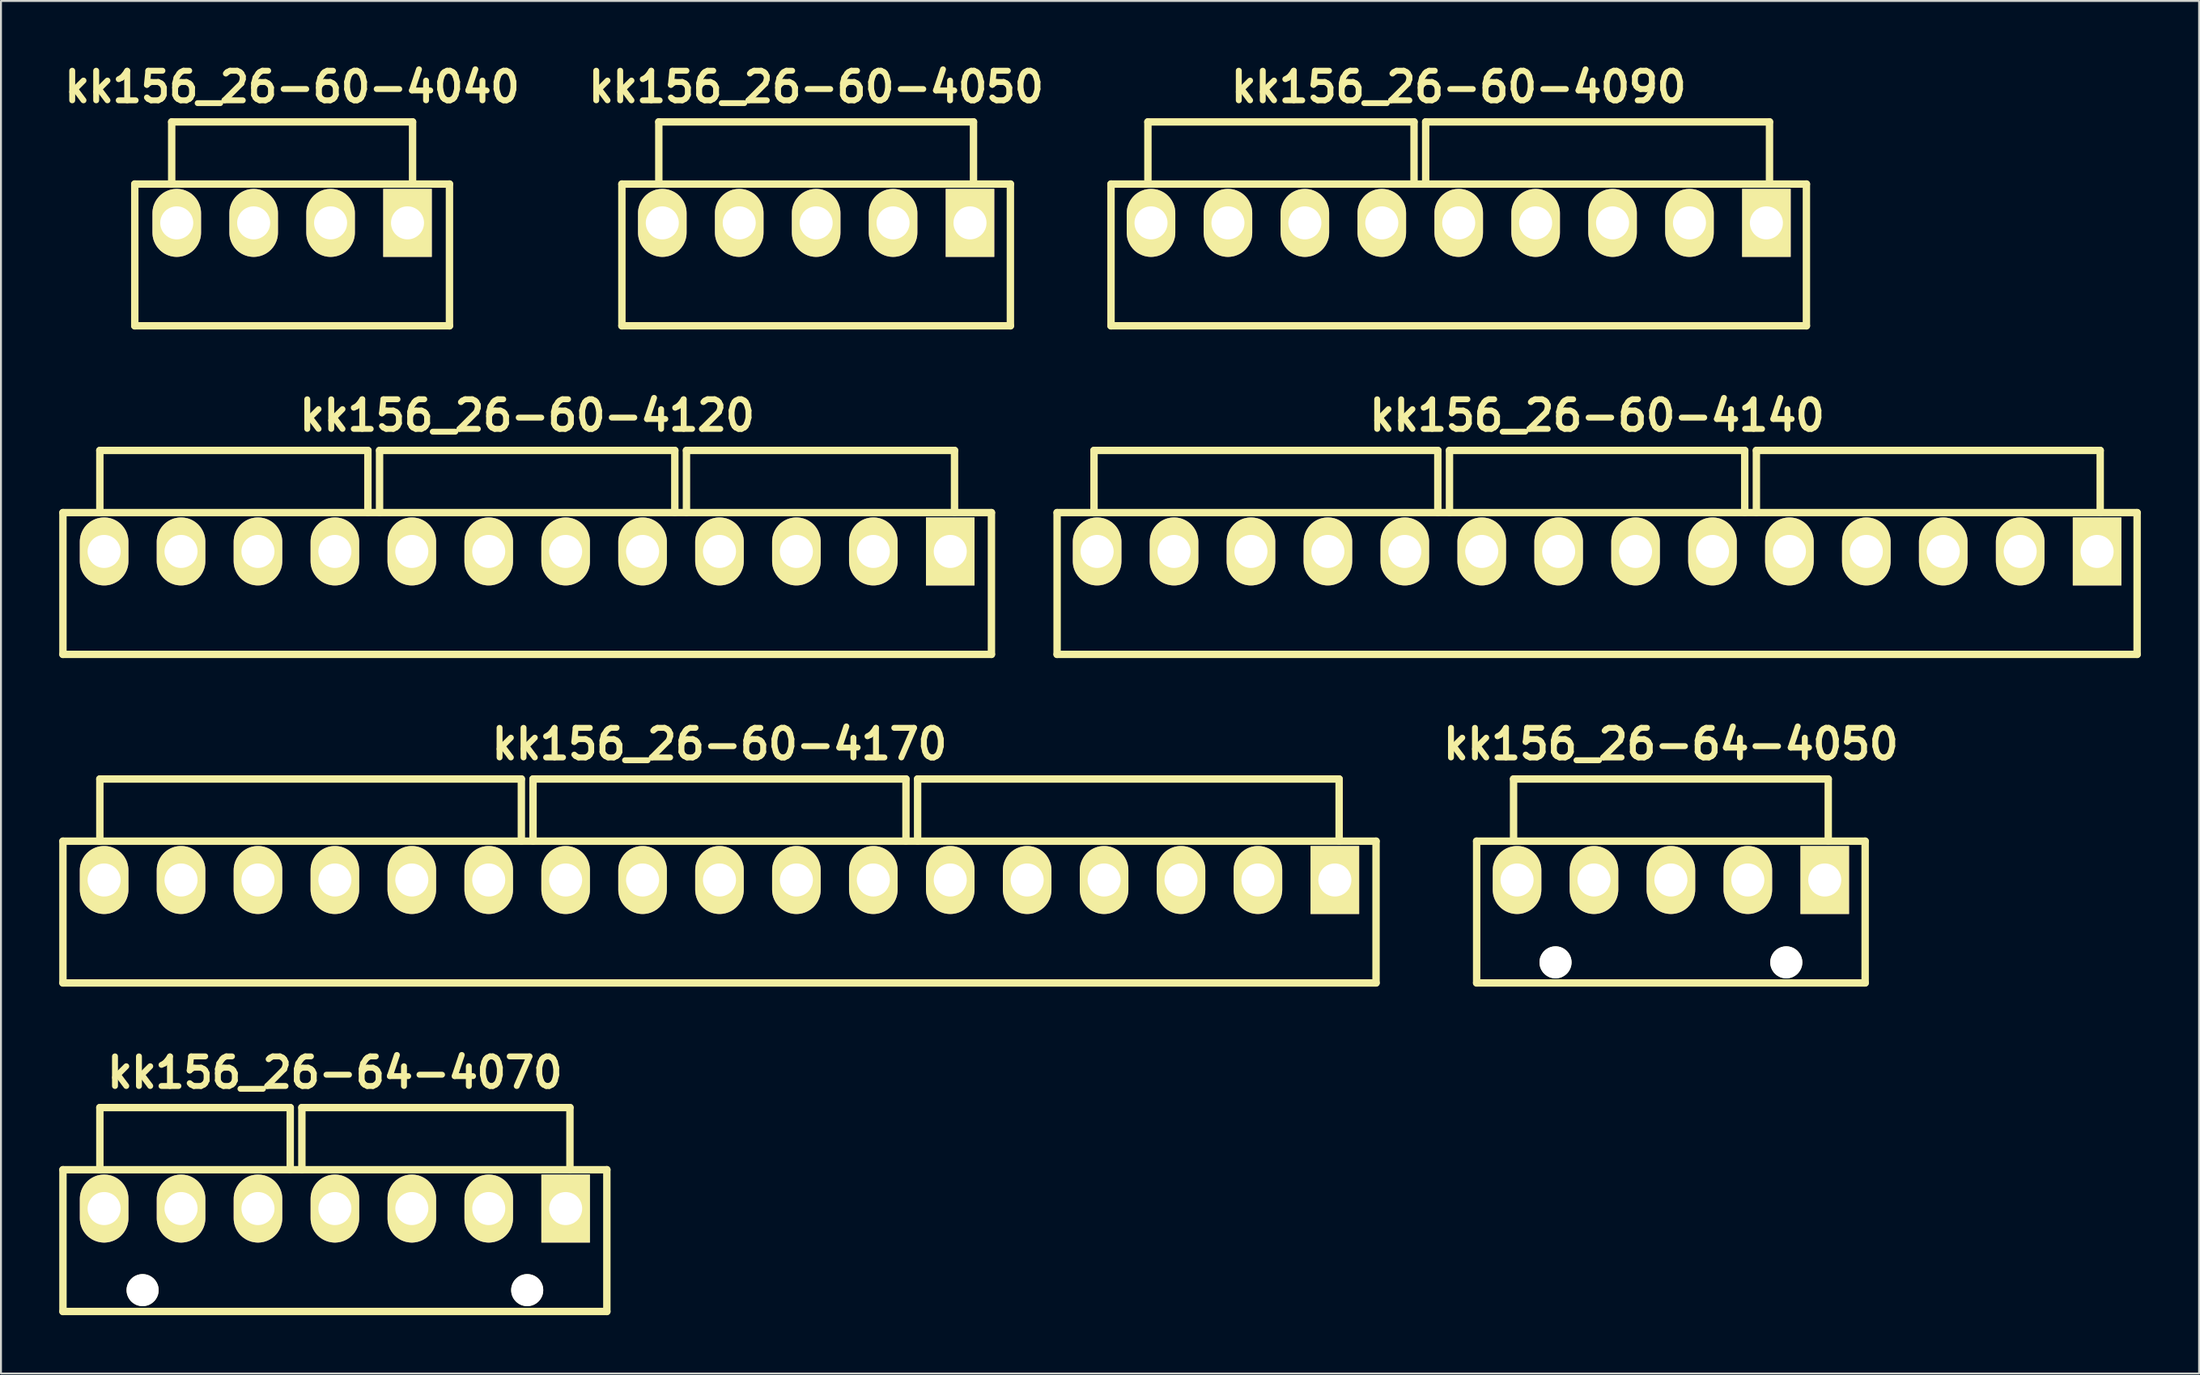
<source format=kicad_pcb>
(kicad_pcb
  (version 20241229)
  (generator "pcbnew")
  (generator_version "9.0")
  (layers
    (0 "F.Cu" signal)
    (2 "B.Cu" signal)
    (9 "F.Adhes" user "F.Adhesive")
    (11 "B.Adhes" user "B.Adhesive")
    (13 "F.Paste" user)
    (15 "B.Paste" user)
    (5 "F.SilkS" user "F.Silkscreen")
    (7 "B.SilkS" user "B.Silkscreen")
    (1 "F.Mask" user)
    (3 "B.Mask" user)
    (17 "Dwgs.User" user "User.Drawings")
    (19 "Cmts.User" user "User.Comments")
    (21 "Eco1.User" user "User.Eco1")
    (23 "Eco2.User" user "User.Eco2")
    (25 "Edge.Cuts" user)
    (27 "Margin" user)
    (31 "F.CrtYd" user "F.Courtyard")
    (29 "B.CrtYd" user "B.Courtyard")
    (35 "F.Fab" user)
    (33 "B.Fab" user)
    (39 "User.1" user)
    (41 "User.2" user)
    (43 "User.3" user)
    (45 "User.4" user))
  (footprint "kk156_26-60-4040"
    (layer "F.Cu")
    (at 11.989 8.426)
    (property "Reference" "kk156_26-60-4040" (at 0 -7 0) (layer "F.SilkS") (effects (font (size 1.524 1.524) (thickness 0.305))))
    (attr through_hole)
    (fp_line (start -8.1 -2) (end 8.1 -2) (stroke (width 0.381) (type solid)) (layer "F.SilkS"))
    (fp_line (start -8.1 5.3) (end -8.1 -2) (stroke (width 0.381) (type solid)) (layer "F.SilkS"))
    (fp_line (start -8.1 5.3) (end 8.1 5.3) (stroke (width 0.381) (type solid)) (layer "F.SilkS"))
    (fp_line (start -6.2 -5.2) (end 6.2 -5.2) (stroke (width 0.381) (type solid)) (layer "F.SilkS"))
    (fp_line (start -6.2 -2) (end -6.2 -5.2) (stroke (width 0.381) (type solid)) (layer "F.SilkS"))
    (fp_line (start 6.2 -5.2) (end 6.2 -2) (stroke (width 0.381) (type solid)) (layer "F.SilkS"))
    (fp_line (start 8.1 -2) (end 8.1 5.3) (stroke (width 0.381) (type solid)) (layer "F.SilkS"))
    (pad "1" thru_hole rect (at 5.94 0) (size 2.5 3.5) (drill 1.7) (layers "*.Cu" "*.Mask" "F.SilkS"))
    (pad "2" thru_hole oval (at 1.98 0) (size 2.5 3.5) (drill 1.7) (layers "*.Cu" "*.Mask" "F.SilkS"))
    (pad "3" thru_hole oval (at -1.98 0) (size 2.5 3.5) (drill 1.7) (layers "*.Cu" "*.Mask" "F.SilkS"))
    (pad "4" thru_hole oval (at -5.94 0) (size 2.5 3.5) (drill 1.7) (layers "*.Cu" "*.Mask" "F.SilkS")))
  (footprint "kk156_26-60-4090"
    (layer "F.Cu")
    (at 72.046 8.426)
    (property "Reference" "kk156_26-60-4090" (at 0 -7 0) (layer "F.SilkS") (effects (font (size 1.524 1.524) (thickness 0.305))))
    (attr through_hole)
    (fp_line (start -17.9 -2) (end 17.9 -2) (stroke (width 0.381) (type solid)) (layer "F.SilkS"))
    (fp_line (start -17.9 5.3) (end -17.9 -2) (stroke (width 0.381) (type solid)) (layer "F.SilkS"))
    (fp_line (start -17.9 5.3) (end 17.9 5.3) (stroke (width 0.381) (type solid)) (layer "F.SilkS"))
    (fp_line (start -16 -2) (end -16 -5.2) (stroke (width 0.381) (type solid)) (layer "F.SilkS"))
    (fp_line (start -2.3 -5.2) (end -16 -5.2) (stroke (width 0.381) (type solid)) (layer "F.SilkS"))
    (fp_line (start -2.3 -2) (end -2.3 -5.2) (stroke (width 0.381) (type solid)) (layer "F.SilkS"))
    (fp_line (start -1.7 -5.2) (end 16 -5.2) (stroke (width 0.381) (type solid)) (layer "F.SilkS"))
    (fp_line (start -1.7 -2) (end -1.7 -5.2) (stroke (width 0.381) (type solid)) (layer "F.SilkS"))
    (fp_line (start 16 -5.2) (end 16 -2) (stroke (width 0.381) (type solid)) (layer "F.SilkS"))
    (fp_line (start 17.9 -2) (end 17.9 5.3) (stroke (width 0.381) (type solid)) (layer "F.SilkS"))
    (pad "1" thru_hole rect (at 15.84 0) (size 2.5 3.5) (drill 1.7) (layers "*.Cu" "*.Mask" "F.SilkS"))
    (pad "2" thru_hole oval (at 11.88 0) (size 2.5 3.5) (drill 1.7) (layers "*.Cu" "*.Mask" "F.SilkS"))
    (pad "3" thru_hole oval (at 7.92 0) (size 2.5 3.5) (drill 1.7) (layers "*.Cu" "*.Mask" "F.SilkS"))
    (pad "4" thru_hole oval (at 3.96 0) (size 2.5 3.5) (drill 1.7) (layers "*.Cu" "*.Mask" "F.SilkS"))
    (pad "5" thru_hole oval (at 0 0) (size 2.5 3.5) (drill 1.7) (layers "*.Cu" "*.Mask" "F.SilkS"))
    (pad "6" thru_hole oval (at -3.96 0) (size 2.5 3.5) (drill 1.7) (layers "*.Cu" "*.Mask" "F.SilkS"))
    (pad "7" thru_hole oval (at -7.92 0) (size 2.5 3.5) (drill 1.7) (layers "*.Cu" "*.Mask" "F.SilkS"))
    (pad "8" thru_hole oval (at -11.88 0) (size 2.5 3.5) (drill 1.7) (layers "*.Cu" "*.Mask" "F.SilkS"))
    (pad "9" thru_hole oval (at -15.84 0) (size 2.5 3.5) (drill 1.7) (layers "*.Cu" "*.Mask" "F.SilkS")))
  (footprint "kk156_26-64-4050"
    (layer "F.Cu")
    (at 82.97 42.26)
    (property "Reference" "kk156_26-64-4050" (at 0 -7 0) (layer "F.SilkS") (effects (font (size 1.524 1.524) (thickness 0.305))))
    (attr through_hole)
    (fp_line (start -10 -2) (end 10 -2) (stroke (width 0.381) (type solid)) (layer "F.SilkS"))
    (fp_line (start -10 5.3) (end -10 -2) (stroke (width 0.381) (type solid)) (layer "F.SilkS"))
    (fp_line (start -10 5.3) (end 10 5.3) (stroke (width 0.381) (type solid)) (layer "F.SilkS"))
    (fp_line (start -8.1 -5.2) (end 8.1 -5.2) (stroke (width 0.381) (type solid)) (layer "F.SilkS"))
    (fp_line (start -8.1 -2) (end -8.1 -5.2) (stroke (width 0.381) (type solid)) (layer "F.SilkS"))
    (fp_line (start 8.1 -5.2) (end 8.1 -2) (stroke (width 0.381) (type solid)) (layer "F.SilkS"))
    (fp_line (start 10 -2) (end 10 5.3) (stroke (width 0.381) (type solid)) (layer "F.SilkS"))
    (pad "" np_thru_hole circle (at -5.94 4.24) (size 1.65 1.65) (drill 1.65) (layers "*.Cu" "F.SilkS"))
    (pad "" np_thru_hole circle (at 5.94 4.24) (size 1.65 1.65) (drill 1.65) (layers "*.Cu" "F.SilkS"))
    (pad "1" thru_hole rect (at 7.92 0) (size 2.5 3.5) (drill 1.7) (layers "*.Cu" "*.Mask" "F.SilkS"))
    (pad "2" thru_hole oval (at 3.96 0) (size 2.5 3.5) (drill 1.7) (layers "*.Cu" "*.Mask" "F.SilkS"))
    (pad "3" thru_hole oval (at 0 0) (size 2.5 3.5) (drill 1.7) (layers "*.Cu" "*.Mask" "F.SilkS"))
    (pad "4" thru_hole oval (at -3.96 0) (size 2.5 3.5) (drill 1.7) (layers "*.Cu" "*.Mask" "F.SilkS"))
    (pad "5" thru_hole oval (at -7.92 0) (size 2.5 3.5) (drill 1.7) (layers "*.Cu" "*.Mask" "F.SilkS")))
  (footprint "kk156_26-60-4170"
    (layer "F.Cu")
    (at 33.99 42.26)
    (property "Reference" "kk156_26-60-4170" (at 0 -7 0) (layer "F.SilkS") (effects (font (size 1.524 1.524) (thickness 0.305))))
    (attr through_hole)
    (fp_line (start -33.8 -2) (end 33.8 -2) (stroke (width 0.381) (type solid)) (layer "F.SilkS"))
    (fp_line (start -33.8 5.3) (end -33.8 -2) (stroke (width 0.381) (type solid)) (layer "F.SilkS"))
    (fp_line (start -33.8 5.3) (end 33.8 5.3) (stroke (width 0.381) (type solid)) (layer "F.SilkS"))
    (fp_line (start -31.9 -2) (end -31.9 -5.2) (stroke (width 0.381) (type solid)) (layer "F.SilkS"))
    (fp_line (start -10.2 -5.2) (end -31.9 -5.2) (stroke (width 0.381) (type solid)) (layer "F.SilkS"))
    (fp_line (start -10.2 -2) (end -10.2 -5.2) (stroke (width 0.381) (type solid)) (layer "F.SilkS"))
    (fp_line (start -9.6 -5.2) (end 9.6 -5.2) (stroke (width 0.381) (type solid)) (layer "F.SilkS"))
    (fp_line (start -9.6 -2) (end -9.6 -5.2) (stroke (width 0.381) (type solid)) (layer "F.SilkS"))
    (fp_line (start 9.6 -5.2) (end 9.6 -2) (stroke (width 0.381) (type solid)) (layer "F.SilkS"))
    (fp_line (start 10.2 -5.2) (end 31.9 -5.2) (stroke (width 0.381) (type solid)) (layer "F.SilkS"))
    (fp_line (start 10.2 -2) (end 10.2 -5.2) (stroke (width 0.381) (type solid)) (layer "F.SilkS"))
    (fp_line (start 31.9 -5.2) (end 31.9 -2) (stroke (width 0.381) (type solid)) (layer "F.SilkS"))
    (fp_line (start 33.8 -2) (end 33.8 5.3) (stroke (width 0.381) (type solid)) (layer "F.SilkS"))
    (pad "1" thru_hole rect (at 31.68 0) (size 2.5 3.5) (drill 1.7) (layers "*.Cu" "*.Mask" "F.SilkS"))
    (pad "2" thru_hole oval (at 27.72 0) (size 2.5 3.5) (drill 1.7) (layers "*.Cu" "*.Mask" "F.SilkS"))
    (pad "3" thru_hole oval (at 23.76 0) (size 2.5 3.5) (drill 1.7) (layers "*.Cu" "*.Mask" "F.SilkS"))
    (pad "4" thru_hole oval (at 19.8 0) (size 2.5 3.5) (drill 1.7) (layers "*.Cu" "*.Mask" "F.SilkS"))
    (pad "5" thru_hole oval (at 15.84 0) (size 2.5 3.5) (drill 1.7) (layers "*.Cu" "*.Mask" "F.SilkS"))
    (pad "6" thru_hole oval (at 11.88 0) (size 2.5 3.5) (drill 1.7) (layers "*.Cu" "*.Mask" "F.SilkS"))
    (pad "7" thru_hole oval (at 7.92 0) (size 2.5 3.5) (drill 1.7) (layers "*.Cu" "*.Mask" "F.SilkS"))
    (pad "8" thru_hole oval (at 3.96 0) (size 2.5 3.5) (drill 1.7) (layers "*.Cu" "*.Mask" "F.SilkS"))
    (pad "9" thru_hole oval (at 0 0) (size 2.5 3.5) (drill 1.7) (layers "*.Cu" "*.Mask" "F.SilkS"))
    (pad "10" thru_hole oval (at -3.96 0) (size 2.5 3.5) (drill 1.7) (layers "*.Cu" "*.Mask" "F.SilkS"))
    (pad "11" thru_hole oval (at -7.92 0) (size 2.5 3.5) (drill 1.7) (layers "*.Cu" "*.Mask" "F.SilkS"))
    (pad "12" thru_hole oval (at -11.88 0) (size 2.5 3.5) (drill 1.7) (layers "*.Cu" "*.Mask" "F.SilkS"))
    (pad "13" thru_hole oval (at -15.84 0) (size 2.5 3.5) (drill 1.7) (layers "*.Cu" "*.Mask" "F.SilkS"))
    (pad "14" thru_hole oval (at -19.8 0) (size 2.5 3.5) (drill 1.7) (layers "*.Cu" "*.Mask" "F.SilkS"))
    (pad "15" thru_hole oval (at -23.76 0) (size 2.5 3.5) (drill 1.7) (layers "*.Cu" "*.Mask" "F.SilkS"))
    (pad "16" thru_hole oval (at -27.72 0) (size 2.5 3.5) (drill 1.7) (layers "*.Cu" "*.Mask" "F.SilkS"))
    (pad "17" thru_hole oval (at -31.68 0) (size 2.5 3.5) (drill 1.7) (layers "*.Cu" "*.Mask" "F.SilkS")))
  (footprint "kk156_26-64-4070"
    (layer "F.Cu")
    (at 14.191 59.177)
    (property "Reference" "kk156_26-64-4070" (at 0 -7 0) (layer "F.SilkS") (effects (font (size 1.524 1.524) (thickness 0.305))))
    (attr through_hole)
    (fp_line (start -14 -2) (end 14 -2) (stroke (width 0.381) (type solid)) (layer "F.SilkS"))
    (fp_line (start -14 5.3) (end -14 -2) (stroke (width 0.381) (type solid)) (layer "F.SilkS"))
    (fp_line (start -14 5.3) (end 14 5.3) (stroke (width 0.381) (type solid)) (layer "F.SilkS"))
    (fp_line (start -12.1 -2) (end -12.1 -5.2) (stroke (width 0.381) (type solid)) (layer "F.SilkS"))
    (fp_line (start -2.3 -5.2) (end -12.1 -5.2) (stroke (width 0.381) (type solid)) (layer "F.SilkS"))
    (fp_line (start -2.3 -2) (end -2.3 -5.2) (stroke (width 0.381) (type solid)) (layer "F.SilkS"))
    (fp_line (start -1.7 -5.2) (end 12.1 -5.2) (stroke (width 0.381) (type solid)) (layer "F.SilkS"))
    (fp_line (start -1.7 -2) (end -1.7 -5.2) (stroke (width 0.381) (type solid)) (layer "F.SilkS"))
    (fp_line (start 12.1 -5.2) (end 12.1 -2) (stroke (width 0.381) (type solid)) (layer "F.SilkS"))
    (fp_line (start 14 -2) (end 14 5.3) (stroke (width 0.381) (type solid)) (layer "F.SilkS"))
    (pad "" np_thru_hole circle (at -9.9 4.2) (size 1.65 1.65) (drill 1.65) (layers "*.Cu" "F.SilkS"))
    (pad "" np_thru_hole circle (at 9.9 4.2) (size 1.65 1.65) (drill 1.65) (layers "*.Cu" "F.SilkS"))
    (pad "1" thru_hole rect (at 11.88 0) (size 2.5 3.5) (drill 1.7) (layers "*.Cu" "*.Mask" "F.SilkS"))
    (pad "2" thru_hole oval (at 7.92 0) (size 2.5 3.5) (drill 1.7) (layers "*.Cu" "*.Mask" "F.SilkS"))
    (pad "3" thru_hole oval (at 3.96 0) (size 2.5 3.5) (drill 1.7) (layers "*.Cu" "*.Mask" "F.SilkS"))
    (pad "4" thru_hole oval (at 0 0) (size 2.5 3.5) (drill 1.7) (layers "*.Cu" "*.Mask" "F.SilkS"))
    (pad "5" thru_hole oval (at -3.96 0) (size 2.5 3.5) (drill 1.7) (layers "*.Cu" "*.Mask" "F.SilkS"))
    (pad "6" thru_hole oval (at -7.92 0) (size 2.5 3.5) (drill 1.7) (layers "*.Cu" "*.Mask" "F.SilkS"))
    (pad "7" thru_hole oval (at -11.88 0) (size 2.5 3.5) (drill 1.7) (layers "*.Cu" "*.Mask" "F.SilkS")))
  (footprint "kk156_26-60-4140"
    (layer "F.Cu")
    (at 79.171 25.343)
    (property "Reference" "kk156_26-60-4140" (at 0 -7 0) (layer "F.SilkS") (effects (font (size 1.524 1.524) (thickness 0.305))))
    (attr through_hole)
    (fp_line (start -27.8 -2) (end 27.8 -2) (stroke (width 0.381) (type solid)) (layer "F.SilkS"))
    (fp_line (start -27.8 5.3) (end -27.8 -2) (stroke (width 0.381) (type solid)) (layer "F.SilkS"))
    (fp_line (start -27.8 5.3) (end 27.8 5.3) (stroke (width 0.381) (type solid)) (layer "F.SilkS"))
    (fp_line (start -25.9 -2) (end -25.9 -5.2) (stroke (width 0.381) (type solid)) (layer "F.SilkS"))
    (fp_line (start -8.2 -5.2) (end -25.9 -5.2) (stroke (width 0.381) (type solid)) (layer "F.SilkS"))
    (fp_line (start -8.2 -2) (end -8.2 -5.2) (stroke (width 0.381) (type solid)) (layer "F.SilkS"))
    (fp_line (start -7.6 -5.2) (end 7.6 -5.2) (stroke (width 0.381) (type solid)) (layer "F.SilkS"))
    (fp_line (start -7.6 -2) (end -7.6 -5.2) (stroke (width 0.381) (type solid)) (layer "F.SilkS"))
    (fp_line (start 7.6 -5.2) (end 7.6 -2) (stroke (width 0.381) (type solid)) (layer "F.SilkS"))
    (fp_line (start 8.2 -5.2) (end 25.9 -5.2) (stroke (width 0.381) (type solid)) (layer "F.SilkS"))
    (fp_line (start 8.2 -2) (end 8.2 -5.2) (stroke (width 0.381) (type solid)) (layer "F.SilkS"))
    (fp_line (start 25.9 -5.2) (end 25.9 -2) (stroke (width 0.381) (type solid)) (layer "F.SilkS"))
    (fp_line (start 27.8 -2) (end 27.8 5.3) (stroke (width 0.381) (type solid)) (layer "F.SilkS"))
    (pad "1" thru_hole rect (at 25.74 0) (size 2.5 3.5) (drill 1.7) (layers "*.Cu" "*.Mask" "F.SilkS"))
    (pad "2" thru_hole oval (at 21.78 0) (size 2.5 3.5) (drill 1.7) (layers "*.Cu" "*.Mask" "F.SilkS"))
    (pad "3" thru_hole oval (at 17.82 0) (size 2.5 3.5) (drill 1.7) (layers "*.Cu" "*.Mask" "F.SilkS"))
    (pad "4" thru_hole oval (at 13.86 0) (size 2.5 3.5) (drill 1.7) (layers "*.Cu" "*.Mask" "F.SilkS"))
    (pad "5" thru_hole oval (at 9.9 0) (size 2.5 3.5) (drill 1.7) (layers "*.Cu" "*.Mask" "F.SilkS"))
    (pad "6" thru_hole oval (at 5.94 0) (size 2.5 3.5) (drill 1.7) (layers "*.Cu" "*.Mask" "F.SilkS"))
    (pad "7" thru_hole oval (at 1.98 0) (size 2.5 3.5) (drill 1.7) (layers "*.Cu" "*.Mask" "F.SilkS"))
    (pad "8" thru_hole oval (at -1.98 0) (size 2.5 3.5) (drill 1.7) (layers "*.Cu" "*.Mask" "F.SilkS"))
    (pad "9" thru_hole oval (at -5.94 0) (size 2.5 3.5) (drill 1.7) (layers "*.Cu" "*.Mask" "F.SilkS"))
    (pad "10" thru_hole oval (at -9.9 0) (size 2.5 3.5) (drill 1.7) (layers "*.Cu" "*.Mask" "F.SilkS"))
    (pad "11" thru_hole oval (at -13.86 0) (size 2.5 3.5) (drill 1.7) (layers "*.Cu" "*.Mask" "F.SilkS"))
    (pad "12" thru_hole oval (at -17.82 0) (size 2.5 3.5) (drill 1.7) (layers "*.Cu" "*.Mask" "F.SilkS"))
    (pad "13" thru_hole oval (at -21.78 0) (size 2.5 3.5) (drill 1.7) (layers "*.Cu" "*.Mask" "F.SilkS"))
    (pad "14" thru_hole oval (at -25.74 0) (size 2.5 3.5) (drill 1.7) (layers "*.Cu" "*.Mask" "F.SilkS")))
  (footprint "kk156_26-60-4050"
    (layer "F.Cu")
    (at 38.966 8.426)
    (property "Reference" "kk156_26-60-4050" (at 0 -7 0) (layer "F.SilkS") (effects (font (size 1.524 1.524) (thickness 0.305))))
    (attr through_hole)
    (fp_line (start -10 -2) (end 10 -2) (stroke (width 0.381) (type solid)) (layer "F.SilkS"))
    (fp_line (start -10 5.3) (end -10 -2) (stroke (width 0.381) (type solid)) (layer "F.SilkS"))
    (fp_line (start -10 5.3) (end 10 5.3) (stroke (width 0.381) (type solid)) (layer "F.SilkS"))
    (fp_line (start -8.1 -5.2) (end 8.1 -5.2) (stroke (width 0.381) (type solid)) (layer "F.SilkS"))
    (fp_line (start -8.1 -2) (end -8.1 -5.2) (stroke (width 0.381) (type solid)) (layer "F.SilkS"))
    (fp_line (start 8.1 -5.2) (end 8.1 -2) (stroke (width 0.381) (type solid)) (layer "F.SilkS"))
    (fp_line (start 10 -2) (end 10 5.3) (stroke (width 0.381) (type solid)) (layer "F.SilkS"))
    (pad "1" thru_hole rect (at 7.92 0) (size 2.5 3.5) (drill 1.7) (layers "*.Cu" "*.Mask" "F.SilkS"))
    (pad "2" thru_hole oval (at 3.96 0) (size 2.5 3.5) (drill 1.7) (layers "*.Cu" "*.Mask" "F.SilkS"))
    (pad "3" thru_hole oval (at 0 0) (size 2.5 3.5) (drill 1.7) (layers "*.Cu" "*.Mask" "F.SilkS"))
    (pad "4" thru_hole oval (at -3.96 0) (size 2.5 3.5) (drill 1.7) (layers "*.Cu" "*.Mask" "F.SilkS"))
    (pad "5" thru_hole oval (at -7.92 0) (size 2.5 3.5) (drill 1.7) (layers "*.Cu" "*.Mask" "F.SilkS")))
  (footprint "kk156_26-60-4120"
    (layer "F.Cu")
    (at 24.09 25.343)
    (property "Reference" "kk156_26-60-4120" (at 0 -7 0) (layer "F.SilkS") (effects (font (size 1.524 1.524) (thickness 0.305))))
    (attr through_hole)
    (fp_line (start -23.9 -2) (end 23.9 -2) (stroke (width 0.381) (type solid)) (layer "F.SilkS"))
    (fp_line (start -23.9 5.3) (end -23.9 -2) (stroke (width 0.381) (type solid)) (layer "F.SilkS"))
    (fp_line (start -23.9 5.3) (end 23.9 5.3) (stroke (width 0.381) (type solid)) (layer "F.SilkS"))
    (fp_line (start -22 -2) (end -22 -5.2) (stroke (width 0.381) (type solid)) (layer "F.SilkS"))
    (fp_line (start -8.2 -5.2) (end -22 -5.2) (stroke (width 0.381) (type solid)) (layer "F.SilkS"))
    (fp_line (start -8.2 -2) (end -8.2 -5.2) (stroke (width 0.381) (type solid)) (layer "F.SilkS"))
    (fp_line (start -7.6 -5.2) (end 7.6 -5.2) (stroke (width 0.381) (type solid)) (layer "F.SilkS"))
    (fp_line (start -7.6 -2) (end -7.6 -5.2) (stroke (width 0.381) (type solid)) (layer "F.SilkS"))
    (fp_line (start 7.6 -5.2) (end 7.6 -2) (stroke (width 0.381) (type solid)) (layer "F.SilkS"))
    (fp_line (start 8.2 -5.2) (end 22 -5.2) (stroke (width 0.381) (type solid)) (layer "F.SilkS"))
    (fp_line (start 8.2 -2) (end 8.2 -5.2) (stroke (width 0.381) (type solid)) (layer "F.SilkS"))
    (fp_line (start 22 -5.2) (end 22 -2) (stroke (width 0.381) (type solid)) (layer "F.SilkS"))
    (fp_line (start 23.9 -2) (end 23.9 5.3) (stroke (width 0.381) (type solid)) (layer "F.SilkS"))
    (pad "1" thru_hole rect (at 21.78 0) (size 2.5 3.5) (drill 1.7) (layers "*.Cu" "*.Mask" "F.SilkS"))
    (pad "2" thru_hole oval (at 17.82 0) (size 2.5 3.5) (drill 1.7) (layers "*.Cu" "*.Mask" "F.SilkS"))
    (pad "3" thru_hole oval (at 13.86 0) (size 2.5 3.5) (drill 1.7) (layers "*.Cu" "*.Mask" "F.SilkS"))
    (pad "4" thru_hole oval (at 9.9 0) (size 2.5 3.5) (drill 1.7) (layers "*.Cu" "*.Mask" "F.SilkS"))
    (pad "5" thru_hole oval (at 5.94 0) (size 2.5 3.5) (drill 1.7) (layers "*.Cu" "*.Mask" "F.SilkS"))
    (pad "6" thru_hole oval (at 1.98 0) (size 2.5 3.5) (drill 1.7) (layers "*.Cu" "*.Mask" "F.SilkS"))
    (pad "7" thru_hole oval (at -1.98 0) (size 2.5 3.5) (drill 1.7) (layers "*.Cu" "*.Mask" "F.SilkS"))
    (pad "8" thru_hole oval (at -5.94 0) (size 2.5 3.5) (drill 1.7) (layers "*.Cu" "*.Mask" "F.SilkS"))
    (pad "9" thru_hole oval (at -9.9 0) (size 2.5 3.5) (drill 1.7) (layers "*.Cu" "*.Mask" "F.SilkS"))
    (pad "10" thru_hole oval (at -13.86 0) (size 2.5 3.5) (drill 1.7) (layers "*.Cu" "*.Mask" "F.SilkS"))
    (pad "11" thru_hole oval (at -17.82 0) (size 2.5 3.5) (drill 1.7) (layers "*.Cu" "*.Mask" "F.SilkS"))
    (pad "12" thru_hole oval (at -21.78 0) (size 2.5 3.5) (drill 1.7) (layers "*.Cu" "*.Mask" "F.SilkS")))
  (gr_rect
    (start -3 -3)
    (end 110.162 67.668)
    (stroke (width 0.1) (type default))
    (fill no)
    (layer "Edge.Cuts")))
</source>
